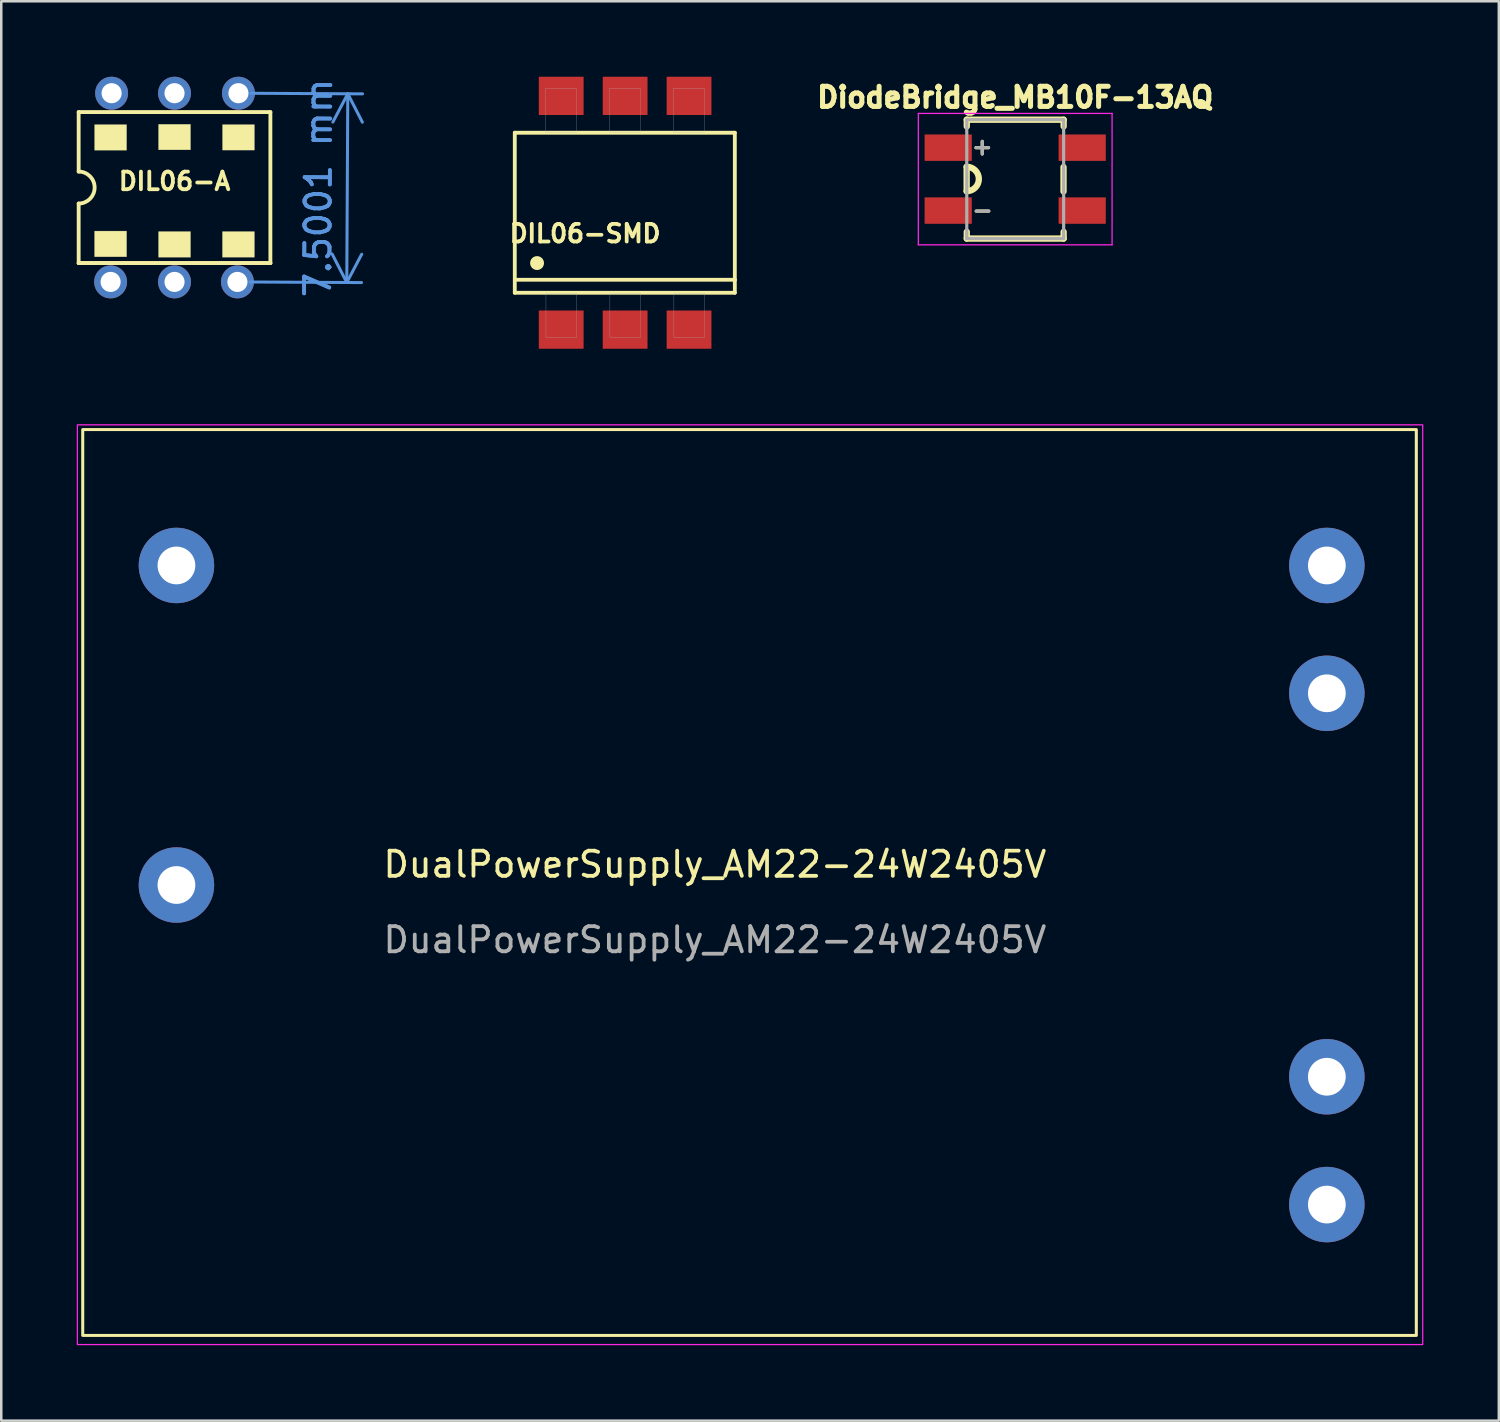
<source format=kicad_pcb>
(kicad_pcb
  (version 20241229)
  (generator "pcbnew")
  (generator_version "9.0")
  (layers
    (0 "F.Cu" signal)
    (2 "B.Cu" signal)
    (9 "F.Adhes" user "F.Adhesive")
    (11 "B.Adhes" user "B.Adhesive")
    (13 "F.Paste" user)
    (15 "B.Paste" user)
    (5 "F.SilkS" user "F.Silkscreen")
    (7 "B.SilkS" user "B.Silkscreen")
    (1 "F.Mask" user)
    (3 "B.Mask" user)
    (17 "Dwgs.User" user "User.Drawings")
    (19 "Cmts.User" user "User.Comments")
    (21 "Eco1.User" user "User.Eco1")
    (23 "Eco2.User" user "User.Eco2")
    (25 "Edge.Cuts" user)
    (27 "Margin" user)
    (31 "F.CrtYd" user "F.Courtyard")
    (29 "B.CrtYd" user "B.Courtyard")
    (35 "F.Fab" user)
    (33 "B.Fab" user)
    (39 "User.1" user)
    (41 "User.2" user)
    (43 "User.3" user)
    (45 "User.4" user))
  (footprint "DIL06-SMD"
    (layer "F.Cu")
    (at 21.794 5.405)
    (property "Reference" "DIL06-SMD" (at -1.59 0.827 0) (layer "F.SilkS") (effects (font (size 0.701 0.701) (thickness 0.15))))
    (attr smd)
    (fp_line (start -4.385 -3.18) (end 4.36 -3.18) (stroke (width 0.152) (type solid)) (layer "F.SilkS"))
    (fp_line (start -4.385 3.18) (end -4.385 -3.18) (stroke (width 0.152) (type solid)) (layer "F.SilkS"))
    (fp_line (start 4.36 -3.18) (end 4.36 2.664) (stroke (width 0.152) (type solid)) (layer "F.SilkS"))
    (fp_line (start 4.36 2.664) (end -4.285 2.664) (stroke (width 0.152) (type solid)) (layer "F.SilkS"))
    (fp_line (start 4.36 2.664) (end 4.36 3.18) (stroke (width 0.152) (type solid)) (layer "F.SilkS"))
    (fp_line (start 4.36 3.18) (end -4.385 3.18) (stroke (width 0.152) (type solid)) (layer "F.SilkS"))
    (fp_circle (center -3.5 2) (end -3.224 2) (stroke (width 0) (type solid)) (fill yes) (layer "F.SilkS"))
    (fp_poly (pts (xy -3.162 -4.95) (xy -1.935 -4.95) (xy -1.935 -3.202) (xy -3.162 -3.202)) (stroke (width 0.01) (type solid)) (fill no) (layer "F.Fab"))
    (fp_poly (pts (xy -3.146 3.2) (xy -1.92 3.2) (xy -1.92 4.952) (xy -3.146 4.952)) (stroke (width 0.01) (type solid)) (fill no) (layer "F.Fab"))
    (fp_poly (pts (xy -0.621 -4.95) (xy 0.605 -4.95) (xy 0.605 -3.206) (xy -0.621 -3.206)) (stroke (width 0.01) (type solid)) (fill no) (layer "F.Fab"))
    (fp_poly (pts (xy -0.605 3.2) (xy 0.62 3.2) (xy 0.62 4.951) (xy -0.605 4.951)) (stroke (width 0.01) (type solid)) (fill no) (layer "F.Fab"))
    (fp_poly (pts (xy 1.921 -4.95) (xy 3.145 -4.95) (xy 3.145 -3.201) (xy 1.921 -3.201)) (stroke (width 0.01) (type solid)) (fill no) (layer "F.Fab"))
    (fp_poly (pts (xy 1.939 3.2) (xy 3.16 3.2) (xy 3.16 4.96) (xy 1.939 4.96)) (stroke (width 0.01) (type solid)) (fill no) (layer "F.Fab"))
    (pad "1" smd rect (at -2.54 4.645) (size 1.78 1.52) (layers "F.Cu" "F.Mask" "F.Paste"))
    (pad "2" smd rect (at 0 4.645) (size 1.78 1.52) (layers "F.Cu" "F.Mask" "F.Paste"))
    (pad "3" smd rect (at 2.54 4.645) (size 1.78 1.52) (layers "F.Cu" "F.Mask" "F.Paste"))
    (pad "4" smd rect (at 2.54 -4.645 180) (size 1.78 1.52) (layers "F.Cu" "F.Mask" "F.Paste"))
    (pad "5" smd rect (at 0 -4.645 180) (size 1.78 1.52) (layers "F.Cu" "F.Mask" "F.Paste"))
    (pad "6" smd rect (at -2.54 -4.645 180) (size 1.78 1.52) (layers "F.Cu" "F.Mask" "F.Paste")))
  (footprint "DualPowerSupply_AM22-24W2405V"
    (layer "F.Cu")
    (at 3.962 19.423)
    (property "Reference" "DualPowerSupply_AM22-24W2405V" (at 21.4 11.88 0) (unlocked yes) (layer "F.SilkS") (effects (font (size 1 1) (thickness 0.15))))
    (attr through_hole)
    (fp_rect (start -3.724 -5.4) (end 49.276 30.6) (stroke (width 0.12) (type solid)) (fill no) (layer "F.SilkS"))
    (fp_rect (start 49.53 30.963) (end -3.937 -5.588) (stroke (width 0.05) (type default)) (fill no) (layer "F.CrtYd"))
    (fp_text user "${REFERENCE}" (at 21.4 14.88 0) (unlocked yes) (layer "F.Fab") (effects (font (size 1 1) (thickness 0.15))))
    (pad "1" thru_hole circle (at 0 0) (size 3 3) (drill 1.5) (layers "*.Cu" "*.Mask"))
    (pad "2" thru_hole circle (at 0 12.7) (size 3 3) (drill 1.5) (layers "*.Cu" "*.Mask"))
    (pad "3" thru_hole circle (at 45.72 0) (size 3 3) (drill 1.5) (layers "*.Cu" "*.Mask"))
    (pad "4" thru_hole circle (at 45.72 5.08) (size 3 3) (drill 1.5) (layers "*.Cu" "*.Mask"))
    (pad "5" thru_hole circle (at 45.72 20.32) (size 3 3) (drill 1.5) (layers "*.Cu" "*.Mask"))
    (pad "6" thru_hole circle (at 45.72 25.4) (size 3 3) (drill 1.5) (layers "*.Cu" "*.Mask")))
  (footprint "DiodeBridge_MB10F-13AQ"
    (layer "F.Cu")
    (at 37.297 4.069)
    (property "Reference" "DiodeBridge_MB10F-13AQ" (at 0 -3.25 0) (layer "F.SilkS") (effects (font (size 0.8 0.8) (thickness 0.2))))
    (attr smd)
    (fp_line (start -1.93 0.48) (end -1.93 -0.49) (stroke (width 0.25) (type solid)) (layer "F.SilkS"))
    (fp_line (start -1.925 -2.362) (end -1.925 -2.095) (stroke (width 0.25) (type solid)) (layer "F.SilkS"))
    (fp_line (start -1.925 2.095) (end -1.925 2.362) (stroke (width 0.25) (type solid)) (layer "F.SilkS"))
    (fp_line (start -1.925 2.362) (end 1.925 2.362) (stroke (width 0.25) (type solid)) (layer "F.SilkS"))
    (fp_line (start -1.56 -1.25) (end -1.06 -1.25) (stroke (width 0.127) (type solid)) (layer "F.SilkS"))
    (fp_line (start -1.55 1.27) (end -1.05 1.27) (stroke (width 0.127) (type solid)) (layer "F.SilkS"))
    (fp_line (start -1.31 -1.5) (end -1.31 -1) (stroke (width 0.127) (type solid)) (layer "F.SilkS"))
    (fp_line (start 1.92 0.49) (end 1.92 -0.48) (stroke (width 0.25) (type solid)) (layer "F.SilkS"))
    (fp_line (start 1.925 -2.362) (end -1.925 -2.362) (stroke (width 0.25) (type solid)) (layer "F.SilkS"))
    (fp_line (start 1.925 -2.095) (end 1.925 -2.362) (stroke (width 0.25) (type solid)) (layer "F.SilkS"))
    (fp_line (start 1.925 2.362) (end 1.925 2.095) (stroke (width 0.25) (type solid)) (layer "F.SilkS"))
    (fp_arc (start -1.93 -0.49) (mid -1.445 -0.005) (end -1.93 0.48) (stroke (width 0.25) (type solid)) (layer "F.SilkS"))
    (fp_line (start -3.85 2.612) (end -3.85 -2.612) (stroke (width 0.05) (type solid)) (layer "F.CrtYd"))
    (fp_line (start 3.85 -2.612) (end -3.85 -2.612) (stroke (width 0.05) (type solid)) (layer "F.CrtYd"))
    (fp_line (start 3.85 2.612) (end -3.85 2.612) (stroke (width 0.05) (type solid)) (layer "F.CrtYd"))
    (fp_line (start 3.85 2.612) (end 3.85 -2.612) (stroke (width 0.05) (type solid)) (layer "F.CrtYd"))
    (fp_line (start -1.925 2.362) (end -1.925 -2.362) (stroke (width 0.127) (type solid)) (layer "F.Fab"))
    (fp_line (start -1.56 -1.25) (end -1.06 -1.25) (stroke (width 0.127) (type solid)) (layer "F.Fab"))
    (fp_line (start -1.55 1.27) (end -1.05 1.27) (stroke (width 0.127) (type solid)) (layer "F.Fab"))
    (fp_line (start -1.31 -1.5) (end -1.31 -1) (stroke (width 0.127) (type solid)) (layer "F.Fab"))
    (fp_line (start 1.925 -2.362) (end -1.925 -2.362) (stroke (width 0.127) (type solid)) (layer "F.Fab"))
    (fp_line (start 1.925 2.362) (end -1.925 2.362) (stroke (width 0.127) (type solid)) (layer "F.Fab"))
    (fp_line (start 1.925 2.362) (end 1.925 -2.362) (stroke (width 0.127) (type solid)) (layer "F.Fab"))
    (pad "1" smd rect (at -2.663 -1.25) (size 1.875 1.05) (layers "F.Cu" "F.Mask" "F.Paste"))
    (pad "2" smd rect (at 2.663 1.25 180) (size 1.875 1.05) (layers "F.Cu" "F.Mask" "F.Paste"))
    (pad "3" smd rect (at -2.663 1.25) (size 1.875 1.05) (layers "F.Cu" "F.Mask" "F.Paste"))
    (pad "4" smd rect (at 2.663 -1.25 180) (size 1.875 1.05) (layers "F.Cu" "F.Mask" "F.Paste")))
  (footprint "DIL06-A"
    (layer "F.Cu")
    (at 3.886 4.404)
    (property "Reference" "DIL06-A" (at 0 -0.25 0) (layer "F.SilkS") (effects (font (size 0.701 0.701) (thickness 0.15))))
    (attr through_hole)
    (fp_line (start -3.81 -0.635) (end -3.81 -3) (stroke (width 0.152) (type solid)) (layer "F.SilkS"))
    (fp_line (start -3.81 3) (end -3.81 0.635) (stroke (width 0.152) (type solid)) (layer "F.SilkS"))
    (fp_line (start 3.81 -3) (end -3.81 -3) (stroke (width 0.152) (type solid)) (layer "F.SilkS"))
    (fp_line (start 3.81 3) (end -3.81 3) (stroke (width 0.152) (type solid)) (layer "F.SilkS"))
    (fp_line (start 3.81 3) (end -3.81 3) (stroke (width 0.152) (type solid)) (layer "F.SilkS"))
    (fp_line (start 3.81 3) (end 3.81 -3) (stroke (width 0.152) (type solid)) (layer "F.SilkS"))
    (fp_arc (start -3.81 -0.635) (mid -3.175 0) (end -3.81 0.635) (stroke (width 0.1524) (type solid)) (layer "F.SilkS"))
    (fp_poly (pts (xy -3.178 1.73) (xy -1.905 1.73) (xy -1.905 2.75) (xy -3.178 2.75)) (stroke (width 0.01) (type solid)) (fill yes) (layer "F.SilkS"))
    (fp_poly (pts (xy -3.176 -2.5) (xy -1.905 -2.5) (xy -1.905 -1.485) (xy -3.176 -1.485)) (stroke (width 0.01) (type solid)) (fill yes) (layer "F.SilkS"))
    (fp_poly (pts (xy -0.635 -2.514) (xy 0.635 -2.514) (xy 0.635 -1.5) (xy -0.635 -1.5)) (stroke (width 0.01) (type solid)) (fill yes) (layer "F.SilkS"))
    (fp_poly (pts (xy -0.635 1.75) (xy 0.635 1.75) (xy 0.635 2.768) (xy -0.635 2.768)) (stroke (width 0.01) (type solid)) (fill yes) (layer "F.SilkS"))
    (fp_poly (pts (xy 1.905 1.75) (xy 3.175 1.75) (xy 3.175 2.767) (xy 1.905 2.767)) (stroke (width 0.01) (type solid)) (fill yes) (layer "F.SilkS"))
    (fp_poly (pts (xy 1.908 -2.5) (xy 3.175 -2.5) (xy 3.175 -1.489) (xy 1.908 -1.489)) (stroke (width 0.01) (type solid)) (fill yes) (layer "F.SilkS"))
    (dimension (type aligned) (layer "Cmts.User") (pts (xy 6.426 0.654) (xy 6.386 8.154)) (height -4.346) (format (prefix "") (suffix "") (units 3) (units_format 1) (precision 4)) (style (thickness 0.12) (arrow_length 1.27) (text_position_mode 0) (arrow_direction outward) (extension_height 0.586) (extension_offset 0.5) (keep_text_aligned yes)) (gr_text "7.5001 mm" (at 9.602 4.421 89.694) (layer "Cmts.User") (effects (font (size 1 1) (thickness 0.15)))))
    (pad "1" thru_hole circle (at -2.54 3.75) (size 1.308 1.308) (drill 0.8) (layers "*.Cu" "*.Mask"))
    (pad "2" thru_hole circle (at 0 3.75) (size 1.308 1.308) (drill 0.8) (layers "*.Cu" "*.Mask"))
    (pad "3" thru_hole circle (at 2.5 3.75) (size 1.308 1.308) (drill 0.8) (layers "*.Cu" "*.Mask"))
    (pad "4" thru_hole circle (at 2.54 -3.75) (size 1.308 1.308) (drill 0.8) (layers "*.Cu" "*.Mask"))
    (pad "5" thru_hole circle (at 0 -3.75) (size 1.308 1.308) (drill 0.8) (layers "*.Cu" "*.Mask"))
    (pad "6" thru_hole circle (at -2.5 -3.75) (size 1.308 1.308) (drill 0.8) (layers "*.Cu" "*.Mask")))
  (gr_rect
    (start -3 -3)
    (end 56.517 53.411)
    (stroke (width 0.1) (type default))
    (fill no)
    (layer "Edge.Cuts")))
</source>
